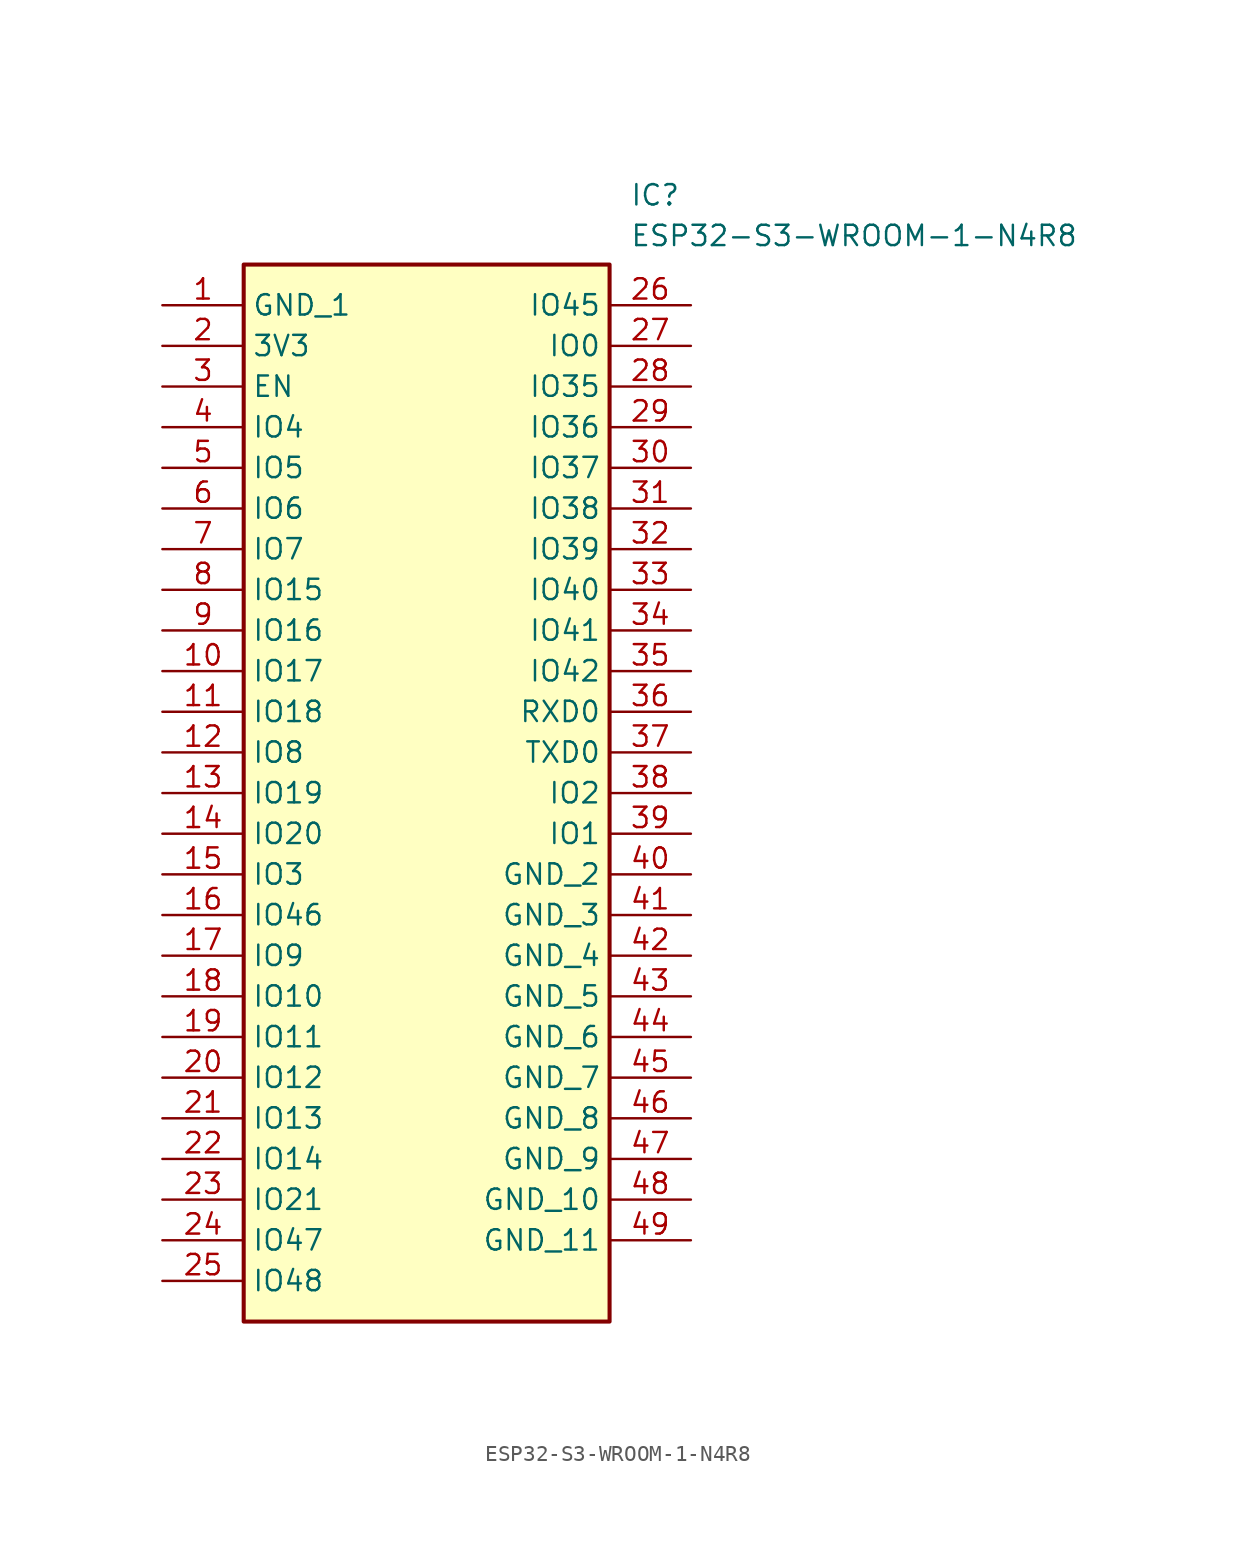
<source format=kicad_sym>
(kicad_symbol_lib
  (version 20211014)
  (generator SamacSys_ECAD_Model)
  (symbol "ESP32-S3-WROOM-1-N4R8"
    (property "Reference" "IC"
      (at 29.21 7.62 0)
      (effects (font (size 1.27 1.27)) (justify left top)))
    (property "Value" "ESP32-S3-WROOM-1-N4R8"
      (at 29.21 5.08 0)
      (effects (font (size 1.27 1.27)) (justify left top)))
    (rectangle
      (start 5.08 2.54)
      (end 27.94 -63.5)
      (stroke (width 0.254) (type default))
      (fill (type background)))
    (pin passive line
      (at 0 0 0)
      (length 5.08)
      (name "GND_1" (effects (font (size 1.27 1.27))))
      (number "1" (effects (font (size 1.27 1.27)))))
    (pin passive line
      (at 0 -2.54 0)
      (length 5.08)
      (name "3V3" (effects (font (size 1.27 1.27))))
      (number "2" (effects (font (size 1.27 1.27)))))
    (pin passive line
      (at 0 -5.08 0)
      (length 5.08)
      (name "EN" (effects (font (size 1.27 1.27))))
      (number "3" (effects (font (size 1.27 1.27)))))
    (pin passive line
      (at 0 -7.62 0)
      (length 5.08)
      (name "IO4" (effects (font (size 1.27 1.27))))
      (number "4" (effects (font (size 1.27 1.27)))))
    (pin passive line
      (at 0 -10.16 0)
      (length 5.08)
      (name "IO5" (effects (font (size 1.27 1.27))))
      (number "5" (effects (font (size 1.27 1.27)))))
    (pin passive line
      (at 0 -12.7 0)
      (length 5.08)
      (name "IO6" (effects (font (size 1.27 1.27))))
      (number "6" (effects (font (size 1.27 1.27)))))
    (pin passive line
      (at 0 -15.24 0)
      (length 5.08)
      (name "IO7" (effects (font (size 1.27 1.27))))
      (number "7" (effects (font (size 1.27 1.27)))))
    (pin passive line
      (at 0 -17.78 0)
      (length 5.08)
      (name "IO15" (effects (font (size 1.27 1.27))))
      (number "8" (effects (font (size 1.27 1.27)))))
    (pin passive line
      (at 0 -20.32 0)
      (length 5.08)
      (name "IO16" (effects (font (size 1.27 1.27))))
      (number "9" (effects (font (size 1.27 1.27)))))
    (pin passive line
      (at 0 -22.86 0)
      (length 5.08)
      (name "IO17" (effects (font (size 1.27 1.27))))
      (number "10" (effects (font (size 1.27 1.27)))))
    (pin passive line
      (at 0 -25.4 0)
      (length 5.08)
      (name "IO18" (effects (font (size 1.27 1.27))))
      (number "11" (effects (font (size 1.27 1.27)))))
    (pin passive line
      (at 0 -27.94 0)
      (length 5.08)
      (name "IO8" (effects (font (size 1.27 1.27))))
      (number "12" (effects (font (size 1.27 1.27)))))
    (pin passive line
      (at 0 -30.48 0)
      (length 5.08)
      (name "IO19" (effects (font (size 1.27 1.27))))
      (number "13" (effects (font (size 1.27 1.27)))))
    (pin passive line
      (at 0 -33.02 0)
      (length 5.08)
      (name "IO20" (effects (font (size 1.27 1.27))))
      (number "14" (effects (font (size 1.27 1.27)))))
    (pin passive line
      (at 0 -35.56 0)
      (length 5.08)
      (name "IO3" (effects (font (size 1.27 1.27))))
      (number "15" (effects (font (size 1.27 1.27)))))
    (pin passive line
      (at 0 -38.1 0)
      (length 5.08)
      (name "IO46" (effects (font (size 1.27 1.27))))
      (number "16" (effects (font (size 1.27 1.27)))))
    (pin passive line
      (at 0 -40.64 0)
      (length 5.08)
      (name "IO9" (effects (font (size 1.27 1.27))))
      (number "17" (effects (font (size 1.27 1.27)))))
    (pin passive line
      (at 0 -43.18 0)
      (length 5.08)
      (name "IO10" (effects (font (size 1.27 1.27))))
      (number "18" (effects (font (size 1.27 1.27)))))
    (pin passive line
      (at 0 -45.72 0)
      (length 5.08)
      (name "IO11" (effects (font (size 1.27 1.27))))
      (number "19" (effects (font (size 1.27 1.27)))))
    (pin passive line
      (at 0 -48.26 0)
      (length 5.08)
      (name "IO12" (effects (font (size 1.27 1.27))))
      (number "20" (effects (font (size 1.27 1.27)))))
    (pin passive line
      (at 0 -50.8 0)
      (length 5.08)
      (name "IO13" (effects (font (size 1.27 1.27))))
      (number "21" (effects (font (size 1.27 1.27)))))
    (pin passive line
      (at 0 -53.34 0)
      (length 5.08)
      (name "IO14" (effects (font (size 1.27 1.27))))
      (number "22" (effects (font (size 1.27 1.27)))))
    (pin passive line
      (at 0 -55.88 0)
      (length 5.08)
      (name "IO21" (effects (font (size 1.27 1.27))))
      (number "23" (effects (font (size 1.27 1.27)))))
    (pin passive line
      (at 0 -58.42 0)
      (length 5.08)
      (name "IO47" (effects (font (size 1.27 1.27))))
      (number "24" (effects (font (size 1.27 1.27)))))
    (pin passive line
      (at 0 -60.96 0)
      (length 5.08)
      (name "IO48" (effects (font (size 1.27 1.27))))
      (number "25" (effects (font (size 1.27 1.27)))))
    (pin passive line
      (at 33.02 0 180)
      (length 5.08)
      (name "IO45" (effects (font (size 1.27 1.27))))
      (number "26" (effects (font (size 1.27 1.27)))))
    (pin passive line
      (at 33.02 -2.54 180)
      (length 5.08)
      (name "IO0" (effects (font (size 1.27 1.27))))
      (number "27" (effects (font (size 1.27 1.27)))))
    (pin passive line
      (at 33.02 -5.08 180)
      (length 5.08)
      (name "IO35" (effects (font (size 1.27 1.27))))
      (number "28" (effects (font (size 1.27 1.27)))))
    (pin passive line
      (at 33.02 -7.62 180)
      (length 5.08)
      (name "IO36" (effects (font (size 1.27 1.27))))
      (number "29" (effects (font (size 1.27 1.27)))))
    (pin passive line
      (at 33.02 -10.16 180)
      (length 5.08)
      (name "IO37" (effects (font (size 1.27 1.27))))
      (number "30" (effects (font (size 1.27 1.27)))))
    (pin passive line
      (at 33.02 -12.7 180)
      (length 5.08)
      (name "IO38" (effects (font (size 1.27 1.27))))
      (number "31" (effects (font (size 1.27 1.27)))))
    (pin passive line
      (at 33.02 -15.24 180)
      (length 5.08)
      (name "IO39" (effects (font (size 1.27 1.27))))
      (number "32" (effects (font (size 1.27 1.27)))))
    (pin passive line
      (at 33.02 -17.78 180)
      (length 5.08)
      (name "IO40" (effects (font (size 1.27 1.27))))
      (number "33" (effects (font (size 1.27 1.27)))))
    (pin passive line
      (at 33.02 -20.32 180)
      (length 5.08)
      (name "IO41" (effects (font (size 1.27 1.27))))
      (number "34" (effects (font (size 1.27 1.27)))))
    (pin passive line
      (at 33.02 -22.86 180)
      (length 5.08)
      (name "IO42" (effects (font (size 1.27 1.27))))
      (number "35" (effects (font (size 1.27 1.27)))))
    (pin passive line
      (at 33.02 -25.4 180)
      (length 5.08)
      (name "RXD0" (effects (font (size 1.27 1.27))))
      (number "36" (effects (font (size 1.27 1.27)))))
    (pin passive line
      (at 33.02 -27.94 180)
      (length 5.08)
      (name "TXD0" (effects (font (size 1.27 1.27))))
      (number "37" (effects (font (size 1.27 1.27)))))
    (pin passive line
      (at 33.02 -30.48 180)
      (length 5.08)
      (name "IO2" (effects (font (size 1.27 1.27))))
      (number "38" (effects (font (size 1.27 1.27)))))
    (pin passive line
      (at 33.02 -33.02 180)
      (length 5.08)
      (name "IO1" (effects (font (size 1.27 1.27))))
      (number "39" (effects (font (size 1.27 1.27)))))
    (pin passive line
      (at 33.02 -35.56 180)
      (length 5.08)
      (name "GND_2" (effects (font (size 1.27 1.27))))
      (number "40" (effects (font (size 1.27 1.27)))))
    (pin passive line
      (at 33.02 -38.1 180)
      (length 5.08)
      (name "GND_3" (effects (font (size 1.27 1.27))))
      (number "41" (effects (font (size 1.27 1.27)))))
    (pin passive line
      (at 33.02 -40.64 180)
      (length 5.08)
      (name "GND_4" (effects (font (size 1.27 1.27))))
      (number "42" (effects (font (size 1.27 1.27)))))
    (pin passive line
      (at 33.02 -43.18 180)
      (length 5.08)
      (name "GND_5" (effects (font (size 1.27 1.27))))
      (number "43" (effects (font (size 1.27 1.27)))))
    (pin passive line
      (at 33.02 -45.72 180)
      (length 5.08)
      (name "GND_6" (effects (font (size 1.27 1.27))))
      (number "44" (effects (font (size 1.27 1.27)))))
    (pin passive line
      (at 33.02 -48.26 180)
      (length 5.08)
      (name "GND_7" (effects (font (size 1.27 1.27))))
      (number "45" (effects (font (size 1.27 1.27)))))
    (pin passive line
      (at 33.02 -50.8 180)
      (length 5.08)
      (name "GND_8" (effects (font (size 1.27 1.27))))
      (number "46" (effects (font (size 1.27 1.27)))))
    (pin passive line
      (at 33.02 -53.34 180)
      (length 5.08)
      (name "GND_9" (effects (font (size 1.27 1.27))))
      (number "47" (effects (font (size 1.27 1.27)))))
    (pin passive line
      (at 33.02 -55.88 180)
      (length 5.08)
      (name "GND_10" (effects (font (size 1.27 1.27))))
      (number "48" (effects (font (size 1.27 1.27)))))
    (pin passive line
      (at 33.02 -58.42 180)
      (length 5.08)
      (name "GND_11" (effects (font (size 1.27 1.27))))
      (number "49" (effects (font (size 1.27 1.27)))))))
</source>
